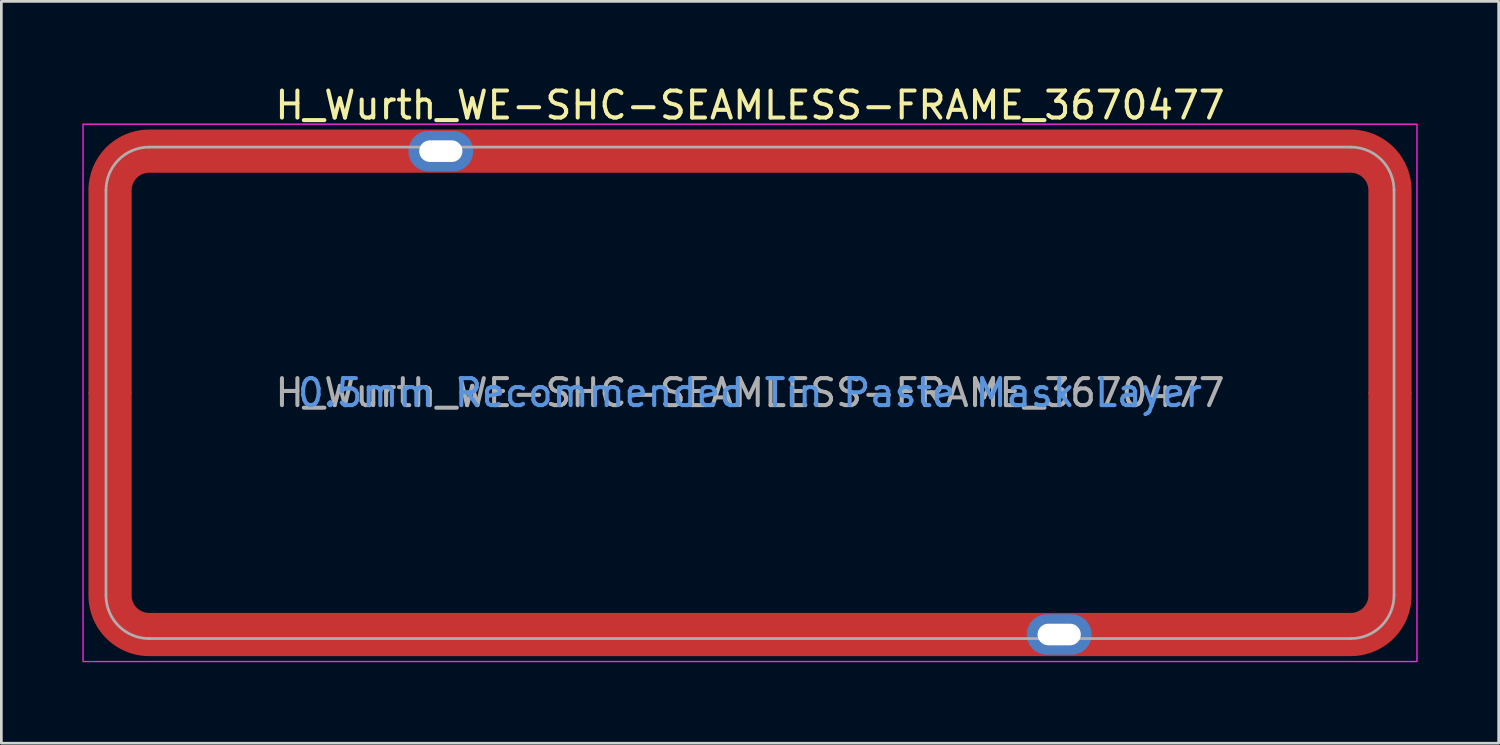
<source format=kicad_pcb>
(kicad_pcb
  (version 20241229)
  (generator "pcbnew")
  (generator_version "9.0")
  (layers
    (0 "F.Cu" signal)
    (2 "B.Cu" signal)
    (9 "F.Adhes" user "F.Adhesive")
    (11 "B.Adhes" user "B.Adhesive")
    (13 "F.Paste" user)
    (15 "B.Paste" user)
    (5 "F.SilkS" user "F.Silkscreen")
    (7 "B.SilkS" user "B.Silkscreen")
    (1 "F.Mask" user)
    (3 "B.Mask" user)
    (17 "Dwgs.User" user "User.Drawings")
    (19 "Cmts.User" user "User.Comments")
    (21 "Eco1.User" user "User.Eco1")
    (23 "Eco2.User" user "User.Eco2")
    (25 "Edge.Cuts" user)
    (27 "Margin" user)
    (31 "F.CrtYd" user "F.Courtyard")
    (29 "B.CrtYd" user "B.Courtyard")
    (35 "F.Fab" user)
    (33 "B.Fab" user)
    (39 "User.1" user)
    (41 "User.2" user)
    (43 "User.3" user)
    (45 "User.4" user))
  (footprint "H_Wurth_WE-SHC-SEAMLESS-FRAME_3670477"
    (layer "F.Cu")
    (at 24.725 11.498)
    (property "Reference" "H_Wurth_WE-SHC-SEAMLESS-FRAME_3670477" (at 0 -10.65 0) (unlocked yes) (layer "F.SilkS") (effects (font (size 1 1) (thickness 0.15))))
    (attr smd)
    (fp_poly (pts (xy -22.95 0.004) (xy -24.45 0.004) (xy -24.45 -7.5) (xy -24.447 -7.615) (xy -24.438 -7.73) (xy -24.423 -7.844) (xy -24.402 -7.957) (xy -24.375 -8.069) (xy -24.342 -8.18) (xy -24.304 -8.288) (xy -24.26 -8.395) (xy -24.21 -8.499) (xy -24.155 -8.6) (xy -24.095 -8.698) (xy -24.03 -8.793) (xy -23.96 -8.885) (xy -23.885 -8.972) (xy -23.806 -9.056) (xy -23.722 -9.135) (xy -23.635 -9.21) (xy -23.543 -9.28) (xy -23.448 -9.345) (xy -23.35 -9.405) (xy -23.249 -9.46) (xy -23.145 -9.51) (xy -23.038 -9.554) (xy -22.93 -9.592) (xy -22.819 -9.625) (xy -22.707 -9.652) (xy -22.594 -9.673) (xy -22.48 -9.688) (xy -22.365 -9.697) (xy -22.25 -9.7) (xy 22.25 -9.7) (xy 22.365 -9.697) (xy 22.48 -9.688) (xy 22.594 -9.673) (xy 22.707 -9.652) (xy 22.819 -9.625) (xy 22.93 -9.592) (xy 23.038 -9.554) (xy 23.145 -9.51) (xy 23.249 -9.46) (xy 23.35 -9.405) (xy 23.448 -9.345) (xy 23.543 -9.28) (xy 23.635 -9.21) (xy 23.722 -9.135) (xy 23.806 -9.056) (xy 23.885 -8.972) (xy 23.96 -8.885) (xy 24.03 -8.793) (xy 24.095 -8.698) (xy 24.155 -8.6) (xy 24.21 -8.499) (xy 24.26 -8.395) (xy 24.304 -8.288) (xy 24.342 -8.18) (xy 24.375 -8.069) (xy 24.402 -7.957) (xy 24.423 -7.844) (xy 24.438 -7.73) (xy 24.447 -7.615) (xy 24.45 -7.5) (xy 24.45 0.004) (xy 22.95 0.004) (xy 22.95 -7.5) (xy 22.949 -7.537) (xy 22.946 -7.573) (xy 22.941 -7.61) (xy 22.935 -7.646) (xy 22.926 -7.681) (xy 22.916 -7.716) (xy 22.904 -7.751) (xy 22.889 -7.785) (xy 22.874 -7.818) (xy 22.856 -7.85) (xy 22.837 -7.881) (xy 22.816 -7.911) (xy 22.794 -7.941) (xy 22.77 -7.968) (xy 22.745 -7.995) (xy 22.718 -8.02) (xy 22.691 -8.044) (xy 22.661 -8.066) (xy 22.631 -8.087) (xy 22.6 -8.106) (xy 22.568 -8.124) (xy 22.535 -8.139) (xy 22.501 -8.154) (xy 22.466 -8.166) (xy 22.431 -8.176) (xy 22.396 -8.185) (xy 22.36 -8.191) (xy 22.323 -8.196) (xy 22.287 -8.199) (xy 22.25 -8.2) (xy -22.25 -8.2) (xy -22.287 -8.199) (xy -22.323 -8.196) (xy -22.36 -8.191) (xy -22.396 -8.185) (xy -22.431 -8.176) (xy -22.466 -8.166) (xy -22.501 -8.154) (xy -22.535 -8.139) (xy -22.568 -8.124) (xy -22.6 -8.106) (xy -22.631 -8.087) (xy -22.661 -8.066) (xy -22.691 -8.044) (xy -22.718 -8.02) (xy -22.745 -7.995) (xy -22.77 -7.968) (xy -22.794 -7.941) (xy -22.816 -7.911) (xy -22.837 -7.881) (xy -22.856 -7.85) (xy -22.874 -7.818) (xy -22.889 -7.785) (xy -22.904 -7.751) (xy -22.916 -7.716) (xy -22.926 -7.681) (xy -22.935 -7.646) (xy -22.941 -7.61) (xy -22.946 -7.573) (xy -22.949 -7.537) (xy -22.95 -7.5) (xy -22.95 -0.25)) (stroke (width 0.1) (type solid)) (fill yes) (layer "F.Cu"))
    (fp_poly (pts (xy 22.95 -0.004) (xy 24.45 -0.004) (xy 24.45 7.5) (xy 24.447 7.615) (xy 24.438 7.73) (xy 24.423 7.844) (xy 24.402 7.957) (xy 24.375 8.069) (xy 24.342 8.18) (xy 24.304 8.288) (xy 24.26 8.395) (xy 24.21 8.499) (xy 24.155 8.6) (xy 24.095 8.698) (xy 24.03 8.793) (xy 23.96 8.885) (xy 23.885 8.972) (xy 23.806 9.056) (xy 23.722 9.135) (xy 23.635 9.21) (xy 23.543 9.28) (xy 23.448 9.345) (xy 23.35 9.405) (xy 23.249 9.46) (xy 23.145 9.51) (xy 23.038 9.554) (xy 22.93 9.592) (xy 22.819 9.625) (xy 22.707 9.652) (xy 22.594 9.673) (xy 22.48 9.688) (xy 22.365 9.697) (xy 22.25 9.7) (xy -22.25 9.7) (xy -22.365 9.697) (xy -22.48 9.688) (xy -22.594 9.673) (xy -22.707 9.652) (xy -22.819 9.625) (xy -22.93 9.592) (xy -23.038 9.554) (xy -23.145 9.51) (xy -23.249 9.46) (xy -23.35 9.405) (xy -23.448 9.345) (xy -23.543 9.28) (xy -23.635 9.21) (xy -23.722 9.135) (xy -23.806 9.056) (xy -23.885 8.972) (xy -23.96 8.885) (xy -24.03 8.793) (xy -24.095 8.698) (xy -24.155 8.6) (xy -24.21 8.499) (xy -24.26 8.395) (xy -24.304 8.288) (xy -24.342 8.18) (xy -24.375 8.069) (xy -24.402 7.957) (xy -24.423 7.844) (xy -24.438 7.73) (xy -24.447 7.615) (xy -24.45 7.5) (xy -24.45 -0.004) (xy -22.95 -0.004) (xy -22.95 7.5) (xy -22.949 7.537) (xy -22.946 7.573) (xy -22.941 7.61) (xy -22.935 7.646) (xy -22.926 7.681) (xy -22.916 7.716) (xy -22.904 7.751) (xy -22.889 7.785) (xy -22.874 7.818) (xy -22.856 7.85) (xy -22.837 7.881) (xy -22.816 7.911) (xy -22.794 7.941) (xy -22.77 7.968) (xy -22.745 7.995) (xy -22.718 8.02) (xy -22.691 8.044) (xy -22.661 8.066) (xy -22.631 8.087) (xy -22.6 8.106) (xy -22.568 8.124) (xy -22.535 8.139) (xy -22.501 8.154) (xy -22.466 8.166) (xy -22.431 8.176) (xy -22.396 8.185) (xy -22.36 8.191) (xy -22.323 8.196) (xy -22.287 8.199) (xy -22.25 8.2) (xy 22.25 8.2) (xy 22.287 8.199) (xy 22.323 8.196) (xy 22.36 8.191) (xy 22.396 8.185) (xy 22.431 8.176) (xy 22.466 8.166) (xy 22.501 8.154) (xy 22.535 8.139) (xy 22.568 8.124) (xy 22.6 8.106) (xy 22.631 8.087) (xy 22.661 8.066) (xy 22.691 8.044) (xy 22.718 8.02) (xy 22.745 7.995) (xy 22.77 7.968) (xy 22.794 7.941) (xy 22.816 7.911) (xy 22.837 7.881) (xy 22.856 7.85) (xy 22.874 7.818) (xy 22.889 7.785) (xy 22.904 7.751) (xy 22.916 7.716) (xy 22.926 7.681) (xy 22.935 7.646) (xy 22.941 7.61) (xy 22.946 7.573) (xy 22.949 7.537) (xy 22.95 7.5) (xy 22.95 0.25)) (stroke (width 0.1) (type solid)) (fill yes) (layer "F.Cu"))
    (fp_poly (pts (xy -22.95 0.004) (xy -24.45 0.004) (xy -24.45 -7.5) (xy -24.447 -7.615) (xy -24.438 -7.73) (xy -24.423 -7.844) (xy -24.402 -7.957) (xy -24.375 -8.069) (xy -24.342 -8.18) (xy -24.304 -8.288) (xy -24.26 -8.395) (xy -24.21 -8.499) (xy -24.155 -8.6) (xy -24.095 -8.698) (xy -24.03 -8.793) (xy -23.96 -8.885) (xy -23.885 -8.972) (xy -23.806 -9.056) (xy -23.722 -9.135) (xy -23.635 -9.21) (xy -23.543 -9.28) (xy -23.448 -9.345) (xy -23.35 -9.405) (xy -23.249 -9.46) (xy -23.145 -9.51) (xy -23.038 -9.554) (xy -22.93 -9.592) (xy -22.819 -9.625) (xy -22.707 -9.652) (xy -22.594 -9.673) (xy -22.48 -9.688) (xy -22.365 -9.697) (xy -22.25 -9.7) (xy 22.25 -9.7) (xy 22.365 -9.697) (xy 22.48 -9.688) (xy 22.594 -9.673) (xy 22.707 -9.652) (xy 22.819 -9.625) (xy 22.93 -9.592) (xy 23.038 -9.554) (xy 23.145 -9.51) (xy 23.249 -9.46) (xy 23.35 -9.405) (xy 23.448 -9.345) (xy 23.543 -9.28) (xy 23.635 -9.21) (xy 23.722 -9.135) (xy 23.806 -9.056) (xy 23.885 -8.972) (xy 23.96 -8.885) (xy 24.03 -8.793) (xy 24.095 -8.698) (xy 24.155 -8.6) (xy 24.21 -8.499) (xy 24.26 -8.395) (xy 24.304 -8.288) (xy 24.342 -8.18) (xy 24.375 -8.069) (xy 24.402 -7.957) (xy 24.423 -7.844) (xy 24.438 -7.73) (xy 24.447 -7.615) (xy 24.45 -7.5) (xy 24.45 0.004) (xy 22.95 0.004) (xy 22.95 -7.5) (xy 22.949 -7.537) (xy 22.946 -7.573) (xy 22.941 -7.61) (xy 22.935 -7.646) (xy 22.926 -7.681) (xy 22.916 -7.716) (xy 22.904 -7.751) (xy 22.889 -7.785) (xy 22.874 -7.818) (xy 22.856 -7.85) (xy 22.837 -7.881) (xy 22.816 -7.911) (xy 22.794 -7.941) (xy 22.77 -7.968) (xy 22.745 -7.995) (xy 22.718 -8.02) (xy 22.691 -8.044) (xy 22.661 -8.066) (xy 22.631 -8.087) (xy 22.6 -8.106) (xy 22.568 -8.124) (xy 22.535 -8.139) (xy 22.501 -8.154) (xy 22.466 -8.166) (xy 22.431 -8.176) (xy 22.396 -8.185) (xy 22.36 -8.191) (xy 22.323 -8.196) (xy 22.287 -8.199) (xy 22.25 -8.2) (xy -22.25 -8.2) (xy -22.287 -8.199) (xy -22.323 -8.196) (xy -22.36 -8.191) (xy -22.396 -8.185) (xy -22.431 -8.176) (xy -22.466 -8.166) (xy -22.501 -8.154) (xy -22.535 -8.139) (xy -22.568 -8.124) (xy -22.6 -8.106) (xy -22.631 -8.087) (xy -22.661 -8.066) (xy -22.691 -8.044) (xy -22.718 -8.02) (xy -22.745 -7.995) (xy -22.77 -7.968) (xy -22.794 -7.941) (xy -22.816 -7.911) (xy -22.837 -7.881) (xy -22.856 -7.85) (xy -22.874 -7.818) (xy -22.889 -7.785) (xy -22.904 -7.751) (xy -22.916 -7.716) (xy -22.926 -7.681) (xy -22.935 -7.646) (xy -22.941 -7.61) (xy -22.946 -7.573) (xy -22.949 -7.537) (xy -22.95 -7.5) (xy -22.95 -0.25)) (stroke (width 0.1) (type solid)) (fill yes) (layer "F.Mask"))
    (fp_poly (pts (xy 22.95 -0.004) (xy 24.45 -0.004) (xy 24.45 7.5) (xy 24.447 7.615) (xy 24.438 7.73) (xy 24.423 7.844) (xy 24.402 7.957) (xy 24.375 8.069) (xy 24.342 8.18) (xy 24.304 8.288) (xy 24.26 8.395) (xy 24.21 8.499) (xy 24.155 8.6) (xy 24.095 8.698) (xy 24.03 8.793) (xy 23.96 8.885) (xy 23.885 8.972) (xy 23.806 9.056) (xy 23.722 9.135) (xy 23.635 9.21) (xy 23.543 9.28) (xy 23.448 9.345) (xy 23.35 9.405) (xy 23.249 9.46) (xy 23.145 9.51) (xy 23.038 9.554) (xy 22.93 9.592) (xy 22.819 9.625) (xy 22.707 9.652) (xy 22.594 9.673) (xy 22.48 9.688) (xy 22.365 9.697) (xy 22.25 9.7) (xy -22.25 9.7) (xy -22.365 9.697) (xy -22.48 9.688) (xy -22.594 9.673) (xy -22.707 9.652) (xy -22.819 9.625) (xy -22.93 9.592) (xy -23.038 9.554) (xy -23.145 9.51) (xy -23.249 9.46) (xy -23.35 9.405) (xy -23.448 9.345) (xy -23.543 9.28) (xy -23.635 9.21) (xy -23.722 9.135) (xy -23.806 9.056) (xy -23.885 8.972) (xy -23.96 8.885) (xy -24.03 8.793) (xy -24.095 8.698) (xy -24.155 8.6) (xy -24.21 8.499) (xy -24.26 8.395) (xy -24.304 8.288) (xy -24.342 8.18) (xy -24.375 8.069) (xy -24.402 7.957) (xy -24.423 7.844) (xy -24.438 7.73) (xy -24.447 7.615) (xy -24.45 7.5) (xy -24.45 -0.004) (xy -22.95 -0.004) (xy -22.95 7.5) (xy -22.949 7.537) (xy -22.946 7.573) (xy -22.941 7.61) (xy -22.935 7.646) (xy -22.926 7.681) (xy -22.916 7.716) (xy -22.904 7.751) (xy -22.889 7.785) (xy -22.874 7.818) (xy -22.856 7.85) (xy -22.837 7.881) (xy -22.816 7.911) (xy -22.794 7.941) (xy -22.77 7.968) (xy -22.745 7.995) (xy -22.718 8.02) (xy -22.691 8.044) (xy -22.661 8.066) (xy -22.631 8.087) (xy -22.6 8.106) (xy -22.568 8.124) (xy -22.535 8.139) (xy -22.501 8.154) (xy -22.466 8.166) (xy -22.431 8.176) (xy -22.396 8.185) (xy -22.36 8.191) (xy -22.323 8.196) (xy -22.287 8.199) (xy -22.25 8.2) (xy 22.25 8.2) (xy 22.287 8.199) (xy 22.323 8.196) (xy 22.36 8.191) (xy 22.396 8.185) (xy 22.431 8.176) (xy 22.466 8.166) (xy 22.501 8.154) (xy 22.535 8.139) (xy 22.568 8.124) (xy 22.6 8.106) (xy 22.631 8.087) (xy 22.661 8.066) (xy 22.691 8.044) (xy 22.718 8.02) (xy 22.745 7.995) (xy 22.77 7.968) (xy 22.794 7.941) (xy 22.816 7.911) (xy 22.837 7.881) (xy 22.856 7.85) (xy 22.874 7.818) (xy 22.889 7.785) (xy 22.904 7.751) (xy 22.916 7.716) (xy 22.926 7.681) (xy 22.935 7.646) (xy 22.941 7.61) (xy 22.946 7.573) (xy 22.949 7.537) (xy 22.95 7.5) (xy 22.95 0.25)) (stroke (width 0.1) (type solid)) (fill yes) (layer "F.Mask"))
    (fp_poly (pts (xy -22.95 0.004) (xy -24.45 0.004) (xy -24.45 -7.5) (xy -24.447 -7.615) (xy -24.438 -7.73) (xy -24.423 -7.844) (xy -24.402 -7.957) (xy -24.375 -8.069) (xy -24.342 -8.18) (xy -24.304 -8.288) (xy -24.26 -8.395) (xy -24.21 -8.499) (xy -24.155 -8.6) (xy -24.095 -8.698) (xy -24.03 -8.793) (xy -23.96 -8.885) (xy -23.885 -8.972) (xy -23.806 -9.056) (xy -23.722 -9.135) (xy -23.635 -9.21) (xy -23.543 -9.28) (xy -23.448 -9.345) (xy -23.35 -9.405) (xy -23.249 -9.46) (xy -23.145 -9.51) (xy -23.038 -9.554) (xy -22.93 -9.592) (xy -22.819 -9.625) (xy -22.707 -9.652) (xy -22.594 -9.673) (xy -22.48 -9.688) (xy -22.365 -9.697) (xy -22.25 -9.7) (xy 22.25 -9.7) (xy 22.365 -9.697) (xy 22.48 -9.688) (xy 22.594 -9.673) (xy 22.707 -9.652) (xy 22.819 -9.625) (xy 22.93 -9.592) (xy 23.038 -9.554) (xy 23.145 -9.51) (xy 23.249 -9.46) (xy 23.35 -9.405) (xy 23.448 -9.345) (xy 23.543 -9.28) (xy 23.635 -9.21) (xy 23.722 -9.135) (xy 23.806 -9.056) (xy 23.885 -8.972) (xy 23.96 -8.885) (xy 24.03 -8.793) (xy 24.095 -8.698) (xy 24.155 -8.6) (xy 24.21 -8.499) (xy 24.26 -8.395) (xy 24.304 -8.288) (xy 24.342 -8.18) (xy 24.375 -8.069) (xy 24.402 -7.957) (xy 24.423 -7.844) (xy 24.438 -7.73) (xy 24.447 -7.615) (xy 24.45 -7.5) (xy 24.45 0.004) (xy 22.95 0.004) (xy 22.95 -7.5) (xy 22.949 -7.537) (xy 22.946 -7.573) (xy 22.941 -7.61) (xy 22.935 -7.646) (xy 22.926 -7.681) (xy 22.916 -7.716) (xy 22.904 -7.751) (xy 22.889 -7.785) (xy 22.874 -7.818) (xy 22.856 -7.85) (xy 22.837 -7.881) (xy 22.816 -7.911) (xy 22.794 -7.941) (xy 22.77 -7.968) (xy 22.745 -7.995) (xy 22.718 -8.02) (xy 22.691 -8.044) (xy 22.661 -8.066) (xy 22.631 -8.087) (xy 22.6 -8.106) (xy 22.568 -8.124) (xy 22.535 -8.139) (xy 22.501 -8.154) (xy 22.466 -8.166) (xy 22.431 -8.176) (xy 22.396 -8.185) (xy 22.36 -8.191) (xy 22.323 -8.196) (xy 22.287 -8.199) (xy 22.25 -8.2) (xy -22.25 -8.2) (xy -22.287 -8.199) (xy -22.323 -8.196) (xy -22.36 -8.191) (xy -22.396 -8.185) (xy -22.431 -8.176) (xy -22.466 -8.166) (xy -22.501 -8.154) (xy -22.535 -8.139) (xy -22.568 -8.124) (xy -22.6 -8.106) (xy -22.631 -8.087) (xy -22.661 -8.066) (xy -22.691 -8.044) (xy -22.718 -8.02) (xy -22.745 -7.995) (xy -22.77 -7.968) (xy -22.794 -7.941) (xy -22.816 -7.911) (xy -22.837 -7.881) (xy -22.856 -7.85) (xy -22.874 -7.818) (xy -22.889 -7.785) (xy -22.904 -7.751) (xy -22.916 -7.716) (xy -22.926 -7.681) (xy -22.935 -7.646) (xy -22.941 -7.61) (xy -22.946 -7.573) (xy -22.949 -7.537) (xy -22.95 -7.5) (xy -22.95 -0.25)) (stroke (width 0.1) (type solid)) (fill yes) (layer "F.Paste"))
    (fp_poly (pts (xy 22.95 -0.004) (xy 24.45 -0.004) (xy 24.45 7.5) (xy 24.447 7.615) (xy 24.438 7.73) (xy 24.423 7.844) (xy 24.402 7.957) (xy 24.375 8.069) (xy 24.342 8.18) (xy 24.304 8.288) (xy 24.26 8.395) (xy 24.21 8.499) (xy 24.155 8.6) (xy 24.095 8.698) (xy 24.03 8.793) (xy 23.96 8.885) (xy 23.885 8.972) (xy 23.806 9.056) (xy 23.722 9.135) (xy 23.635 9.21) (xy 23.543 9.28) (xy 23.448 9.345) (xy 23.35 9.405) (xy 23.249 9.46) (xy 23.145 9.51) (xy 23.038 9.554) (xy 22.93 9.592) (xy 22.819 9.625) (xy 22.707 9.652) (xy 22.594 9.673) (xy 22.48 9.688) (xy 22.365 9.697) (xy 22.25 9.7) (xy -22.25 9.7) (xy -22.365 9.697) (xy -22.48 9.688) (xy -22.594 9.673) (xy -22.707 9.652) (xy -22.819 9.625) (xy -22.93 9.592) (xy -23.038 9.554) (xy -23.145 9.51) (xy -23.249 9.46) (xy -23.35 9.405) (xy -23.448 9.345) (xy -23.543 9.28) (xy -23.635 9.21) (xy -23.722 9.135) (xy -23.806 9.056) (xy -23.885 8.972) (xy -23.96 8.885) (xy -24.03 8.793) (xy -24.095 8.698) (xy -24.155 8.6) (xy -24.21 8.499) (xy -24.26 8.395) (xy -24.304 8.288) (xy -24.342 8.18) (xy -24.375 8.069) (xy -24.402 7.957) (xy -24.423 7.844) (xy -24.438 7.73) (xy -24.447 7.615) (xy -24.45 7.5) (xy -24.45 -0.004) (xy -22.95 -0.004) (xy -22.95 7.5) (xy -22.949 7.537) (xy -22.946 7.573) (xy -22.941 7.61) (xy -22.935 7.646) (xy -22.926 7.681) (xy -22.916 7.716) (xy -22.904 7.751) (xy -22.889 7.785) (xy -22.874 7.818) (xy -22.856 7.85) (xy -22.837 7.881) (xy -22.816 7.911) (xy -22.794 7.941) (xy -22.77 7.968) (xy -22.745 7.995) (xy -22.718 8.02) (xy -22.691 8.044) (xy -22.661 8.066) (xy -22.631 8.087) (xy -22.6 8.106) (xy -22.568 8.124) (xy -22.535 8.139) (xy -22.501 8.154) (xy -22.466 8.166) (xy -22.431 8.176) (xy -22.396 8.185) (xy -22.36 8.191) (xy -22.323 8.196) (xy -22.287 8.199) (xy -22.25 8.2) (xy 22.25 8.2) (xy 22.287 8.199) (xy 22.323 8.196) (xy 22.36 8.191) (xy 22.396 8.185) (xy 22.431 8.176) (xy 22.466 8.166) (xy 22.501 8.154) (xy 22.535 8.139) (xy 22.568 8.124) (xy 22.6 8.106) (xy 22.631 8.087) (xy 22.661 8.066) (xy 22.691 8.044) (xy 22.718 8.02) (xy 22.745 7.995) (xy 22.77 7.968) (xy 22.794 7.941) (xy 22.816 7.911) (xy 22.837 7.881) (xy 22.856 7.85) (xy 22.874 7.818) (xy 22.889 7.785) (xy 22.904 7.751) (xy 22.916 7.716) (xy 22.926 7.681) (xy 22.935 7.646) (xy 22.941 7.61) (xy 22.946 7.573) (xy 22.949 7.537) (xy 22.95 7.5) (xy 22.95 0.25)) (stroke (width 0.1) (type solid)) (fill yes) (layer "F.Paste"))
    (fp_rect (start -24.7 -9.95) (end 24.7 9.95) (stroke (width 0.05) (type solid)) (fill no) (layer "F.CrtYd"))
    (fp_line (start -23.85 7.5) (end -23.85 -7.5) (stroke (width 0.1) (type solid)) (layer "F.Fab"))
    (fp_line (start -22.25 -9.1) (end 22.25 -9.1) (stroke (width 0.1) (type solid)) (layer "F.Fab"))
    (fp_line (start -22.25 9.1) (end 22.25 9.1) (stroke (width 0.1) (type solid)) (layer "F.Fab"))
    (fp_line (start 23.85 7.5) (end 23.85 -7.5) (stroke (width 0.1) (type solid)) (layer "F.Fab"))
    (fp_arc (start -23.85 -7.5) (mid -23.381371 -8.63137) (end -22.25 -9.1) (stroke (width 0.1) (type default)) (layer "F.Fab"))
    (fp_arc (start -22.25 9.1) (mid -23.38137 8.631371) (end -23.85 7.5) (stroke (width 0.1) (type default)) (layer "F.Fab"))
    (fp_arc (start 22.25 -9.1) (mid 23.38137 -8.631371) (end 23.85 -7.5) (stroke (width 0.1) (type default)) (layer "F.Fab"))
    (fp_arc (start 23.85 7.5) (mid 23.381371 8.63137) (end 22.25 9.1) (stroke (width 0.1) (type default)) (layer "F.Fab"))
    (fp_text user "0.5mm Recommended Tin Paste Mask Layer" (at 0 0 0) (unlocked yes) (layer "Cmts.User") (effects (font (size 1 1) (thickness 0.15))))
    (fp_text user "${REFERENCE}" (at 0 0 0) (unlocked yes) (layer "F.Fab") (effects (font (size 1 1) (thickness 0.15))))
    (pad "1" thru_hole oval (at -11.45 -8.95) (size 2.4 1.5) (drill oval 1.6 0.8) (layers "*.Cu" "*.Mask"))
    (pad "1" thru_hole oval (at 11.45 8.95) (size 2.4 1.5) (drill oval 1.6 0.8) (layers "*.Cu" "*.Mask")))
  (gr_rect
    (start -3 -3)
    (end 52.45 24.473)
    (stroke (width 0.1) (type default))
    (fill no)
    (layer "Edge.Cuts")))
</source>
